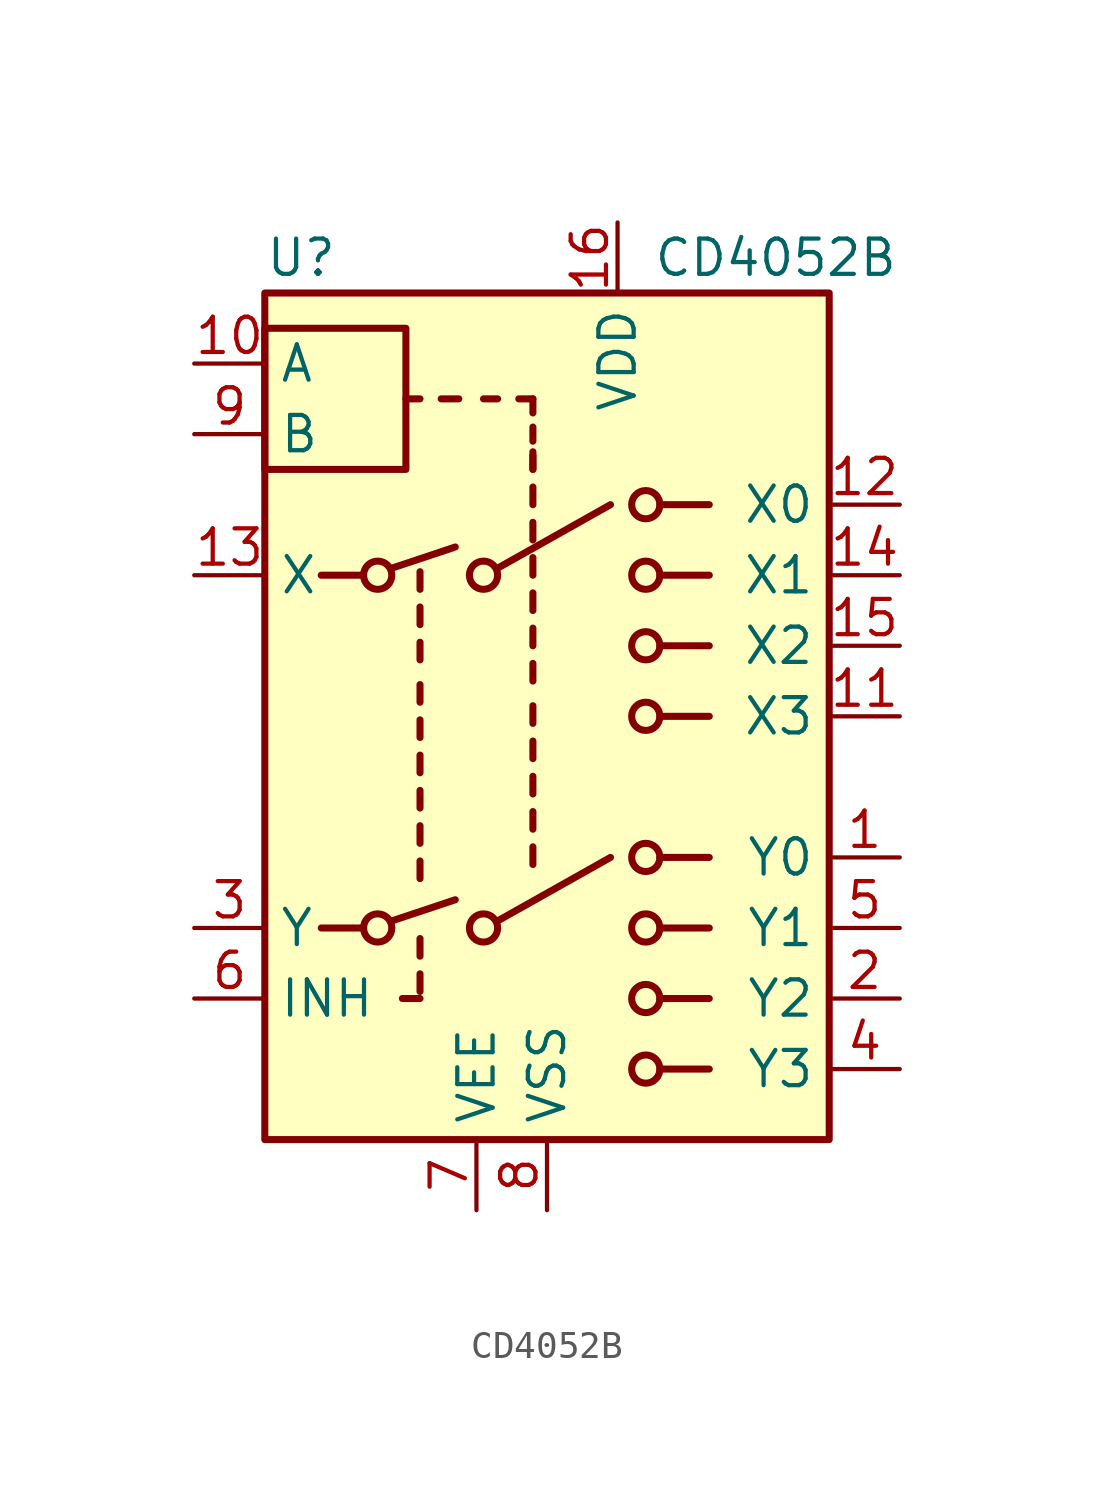
<source format=kicad_sym>
(kicad_symbol_lib
  (version 20241209)
  (generator "kicad_symbol_editor")
  (generator_version "9.0")
  (symbol "CD4052B"
    (property "Reference" "U"
      (at -10.16 16.51 0)
      (effects (font (size 1.27 1.27)) (justify left)))
    (property "Value" "CD4052B"
      (at 3.81 16.51 0)
      (effects (font (size 1.27 1.27)) (justify left)))
    (symbol "CD4052B_0_1"
      (rectangle (start -10.16 15.24) (end 10.16 -15.24) (stroke (width 0.254) (type default)) (fill (type background)))
      (rectangle (start -10.16 8.89) (end -5.08 13.97) (stroke (width 0.254) (type default)) (fill (type none)))
      (polyline (pts (xy -8.128 5.08) (xy -6.604 5.08)) (stroke (width 0.254) (type default)) (fill (type none)))
      (polyline (pts (xy -8.128 -7.62) (xy -6.604 -7.62)) (stroke (width 0.254) (type default)) (fill (type none)))
      (circle (center -6.096 5.08) (radius 0.508) (stroke (width 0.254) (type default)) (fill (type none)))
      (circle (center -6.096 -7.62) (radius 0.508) (stroke (width 0.254) (type default)) (fill (type none)))
      (polyline (pts (xy -5.588 5.334) (xy -3.302 6.096)) (stroke (width 0.254) (type default)) (fill (type none)))
      (polyline (pts (xy -5.588 -7.366) (xy -3.302 -6.604)) (stroke (width 0.254) (type default)) (fill (type none)))
      (polyline (pts (xy -4.572 11.43) (xy -5.08 11.43)) (stroke (width 0.254) (type default)) (fill (type none)))
      (polyline (pts (xy -4.572 4.572) (xy -4.572 5.207)) (stroke (width 0.254) (type default)) (fill (type none)))
      (polyline (pts (xy -4.572 3.302) (xy -4.572 3.937)) (stroke (width 0.254) (type default)) (fill (type none)))
      (polyline (pts (xy -4.572 2.032) (xy -4.572 2.667)) (stroke (width 0.254) (type default)) (fill (type none)))
      (polyline (pts (xy -4.572 0.508) (xy -4.572 1.143)) (stroke (width 0.254) (type default)) (fill (type none)))
      (polyline (pts (xy -4.572 -0.762) (xy -4.572 -0.127)) (stroke (width 0.254) (type default)) (fill (type none)))
      (polyline (pts (xy -4.572 -2.032) (xy -4.572 -1.397)) (stroke (width 0.254) (type default)) (fill (type none)))
      (polyline (pts (xy -4.572 -3.302) (xy -4.572 -2.667)) (stroke (width 0.254) (type default)) (fill (type none)))
      (polyline (pts (xy -4.572 -4.572) (xy -4.572 -3.937)) (stroke (width 0.254) (type default)) (fill (type none)))
      (polyline (pts (xy -4.572 -5.842) (xy -4.572 -5.207)) (stroke (width 0.254) (type default)) (fill (type none)))
      (polyline (pts (xy -4.572 -8.636) (xy -4.572 -8.001)) (stroke (width 0.254) (type default)) (fill (type none)))
      (polyline (pts (xy -4.572 -9.906) (xy -4.572 -9.271)) (stroke (width 0.254) (type default)) (fill (type none)))
      (polyline (pts (xy -4.572 -10.16) (xy -5.207 -10.16)) (stroke (width 0.254) (type default)) (fill (type none)))
      (polyline (pts (xy -3.81 11.43) (xy -3.175 11.43)) (stroke (width 0.254) (type default)) (fill (type none)))
      (circle (center -2.286 5.08) (radius 0.508) (stroke (width 0.254) (type default)) (fill (type none)))
      (circle (center -2.286 -7.62) (radius 0.508) (stroke (width 0.254) (type default)) (fill (type none)))
      (polyline (pts (xy -1.778 11.43) (xy -2.286 11.43)) (stroke (width 0.254) (type default)) (fill (type none)))
      (polyline (pts (xy -1.778 5.334) (xy 2.286 7.62)) (stroke (width 0.254) (type default)) (fill (type none)))
      (polyline (pts (xy -1.778 -7.366) (xy 2.286 -5.08)) (stroke (width 0.254) (type default)) (fill (type none)))
      (polyline (pts (xy -0.508 11.43) (xy -1.016 11.43)) (stroke (width 0.254) (type default)) (fill (type none)))
      (polyline (pts (xy -0.508 10.922) (xy -0.508 11.43)) (stroke (width 0.254) (type default)) (fill (type none)))
      (polyline (pts (xy -0.508 9.906) (xy -0.508 10.414)) (stroke (width 0.254) (type default)) (fill (type none)))
      (polyline (pts (xy -0.508 8.89) (xy -0.508 9.525)) (stroke (width 0.254) (type default)) (fill (type none)))
      (polyline (pts (xy -0.508 8.89) (xy -0.508 9.398)) (stroke (width 0.254) (type default)) (fill (type none)))
      (polyline (pts (xy -0.508 7.62) (xy -0.508 8.255)) (stroke (width 0.254) (type default)) (fill (type none)))
      (polyline (pts (xy -0.508 6.35) (xy -0.508 6.985)) (stroke (width 0.254) (type default)) (fill (type none)))
      (polyline (pts (xy -0.508 5.08) (xy -0.508 5.715)) (stroke (width 0.254) (type default)) (fill (type none)))
      (polyline (pts (xy -0.508 3.81) (xy -0.508 4.445)) (stroke (width 0.254) (type default)) (fill (type none)))
      (polyline (pts (xy -0.508 2.54) (xy -0.508 3.175)) (stroke (width 0.254) (type default)) (fill (type none)))
      (polyline (pts (xy -0.508 1.27) (xy -0.508 1.905)) (stroke (width 0.254) (type default)) (fill (type none)))
      (polyline (pts (xy -0.508 -0.254) (xy -0.508 0.381)) (stroke (width 0.254) (type default)) (fill (type none)))
      (polyline (pts (xy -0.508 -1.524) (xy -0.508 -0.889)) (stroke (width 0.254) (type default)) (fill (type none)))
      (polyline (pts (xy -0.508 -2.794) (xy -0.508 -2.159)) (stroke (width 0.254) (type default)) (fill (type none)))
      (polyline (pts (xy -0.508 -4.064) (xy -0.508 -3.429)) (stroke (width 0.254) (type default)) (fill (type none)))
      (polyline (pts (xy -0.508 -5.334) (xy -0.508 -4.699)) (stroke (width 0.254) (type default)) (fill (type none)))
      (circle (center 3.556 7.62) (radius 0.508) (stroke (width 0.254) (type default)) (fill (type none)))
      (circle (center 3.556 5.08) (radius 0.508) (stroke (width 0.254) (type default)) (fill (type none)))
      (circle (center 3.556 2.54) (radius 0.508) (stroke (width 0.254) (type default)) (fill (type none)))
      (circle (center 3.556 0) (radius 0.508) (stroke (width 0.254) (type default)) (fill (type none)))
      (circle (center 3.556 -5.08) (radius 0.508) (stroke (width 0.254) (type default)) (fill (type none)))
      (circle (center 3.556 -7.62) (radius 0.508) (stroke (width 0.254) (type default)) (fill (type none)))
      (circle (center 3.556 -10.16) (radius 0.508) (stroke (width 0.254) (type default)) (fill (type none)))
      (circle (center 3.556 -12.7) (radius 0.508) (stroke (width 0.254) (type default)) (fill (type none)))
      (polyline (pts (xy 4.064 7.62) (xy 5.842 7.62)) (stroke (width 0.254) (type default)) (fill (type none)))
      (polyline (pts (xy 4.064 5.08) (xy 5.842 5.08)) (stroke (width 0.254) (type default)) (fill (type none)))
      (polyline (pts (xy 4.064 2.54) (xy 5.842 2.54)) (stroke (width 0.254) (type default)) (fill (type none)))
      (polyline (pts (xy 4.064 0) (xy 5.842 0)) (stroke (width 0.254) (type default)) (fill (type none)))
      (polyline (pts (xy 4.064 -5.08) (xy 5.842 -5.08)) (stroke (width 0.254) (type default)) (fill (type none)))
      (polyline (pts (xy 4.064 -7.62) (xy 5.842 -7.62)) (stroke (width 0.254) (type default)) (fill (type none)))
      (polyline (pts (xy 4.064 -10.16) (xy 5.842 -10.16)) (stroke (width 0.254) (type default)) (fill (type none)))
      (polyline (pts (xy 4.064 -12.7) (xy 5.842 -12.7)) (stroke (width 0.254) (type default)) (fill (type none))))
    (symbol "CD4052B_1_1"
      (pin input line (at -12.7 12.7 0) (length 2.54) (name "A" (effects (font (size 1.27 1.27)))) (number "10" (effects (font (size 1.27 1.27)))))
      (pin input line (at -12.7 10.16 0) (length 2.54) (name "B" (effects (font (size 1.27 1.27)))) (number "9" (effects (font (size 1.27 1.27)))))
      (pin bidirectional line (at -12.7 5.08 0) (length 2.54) (name "X" (effects (font (size 1.27 1.27)))) (number "13" (effects (font (size 1.27 1.27)))))
      (pin bidirectional line (at -12.7 -7.62 0) (length 2.54) (name "Y" (effects (font (size 1.27 1.27)))) (number "3" (effects (font (size 1.27 1.27)))))
      (pin input line (at -12.7 -10.16 0) (length 2.54) (name "INH" (effects (font (size 1.27 1.27)))) (number "6" (effects (font (size 1.27 1.27)))))
      (pin power_in line (at -2.54 -17.78 90) (length 2.54) (name "VEE" (effects (font (size 1.27 1.27)))) (number "7" (effects (font (size 1.27 1.27)))))
      (pin power_in line (at 0 -17.78 90) (length 2.54) (name "VSS" (effects (font (size 1.27 1.27)))) (number "8" (effects (font (size 1.27 1.27)))))
      (pin power_in line (at 2.54 17.78 270) (length 2.54) (name "VDD" (effects (font (size 1.27 1.27)))) (number "16" (effects (font (size 1.27 1.27)))))
      (pin bidirectional line (at 12.7 7.62 180) (length 2.54) (name "X0" (effects (font (size 1.27 1.27)))) (number "12" (effects (font (size 1.27 1.27)))))
      (pin bidirectional line (at 12.7 5.08 180) (length 2.54) (name "X1" (effects (font (size 1.27 1.27)))) (number "14" (effects (font (size 1.27 1.27)))))
      (pin bidirectional line (at 12.7 2.54 180) (length 2.54) (name "X2" (effects (font (size 1.27 1.27)))) (number "15" (effects (font (size 1.27 1.27)))))
      (pin bidirectional line (at 12.7 0 180) (length 2.54) (name "X3" (effects (font (size 1.27 1.27)))) (number "11" (effects (font (size 1.27 1.27)))))
      (pin bidirectional line (at 12.7 -5.08 180) (length 2.54) (name "Y0" (effects (font (size 1.27 1.27)))) (number "1" (effects (font (size 1.27 1.27)))))
      (pin bidirectional line (at 12.7 -7.62 180) (length 2.54) (name "Y1" (effects (font (size 1.27 1.27)))) (number "5" (effects (font (size 1.27 1.27)))))
      (pin bidirectional line (at 12.7 -10.16 180) (length 2.54) (name "Y2" (effects (font (size 1.27 1.27)))) (number "2" (effects (font (size 1.27 1.27)))))
      (pin bidirectional line (at 12.7 -12.7 180) (length 2.54) (name "Y3" (effects (font (size 1.27 1.27)))) (number "4" (effects (font (size 1.27 1.27))))))))
</source>
